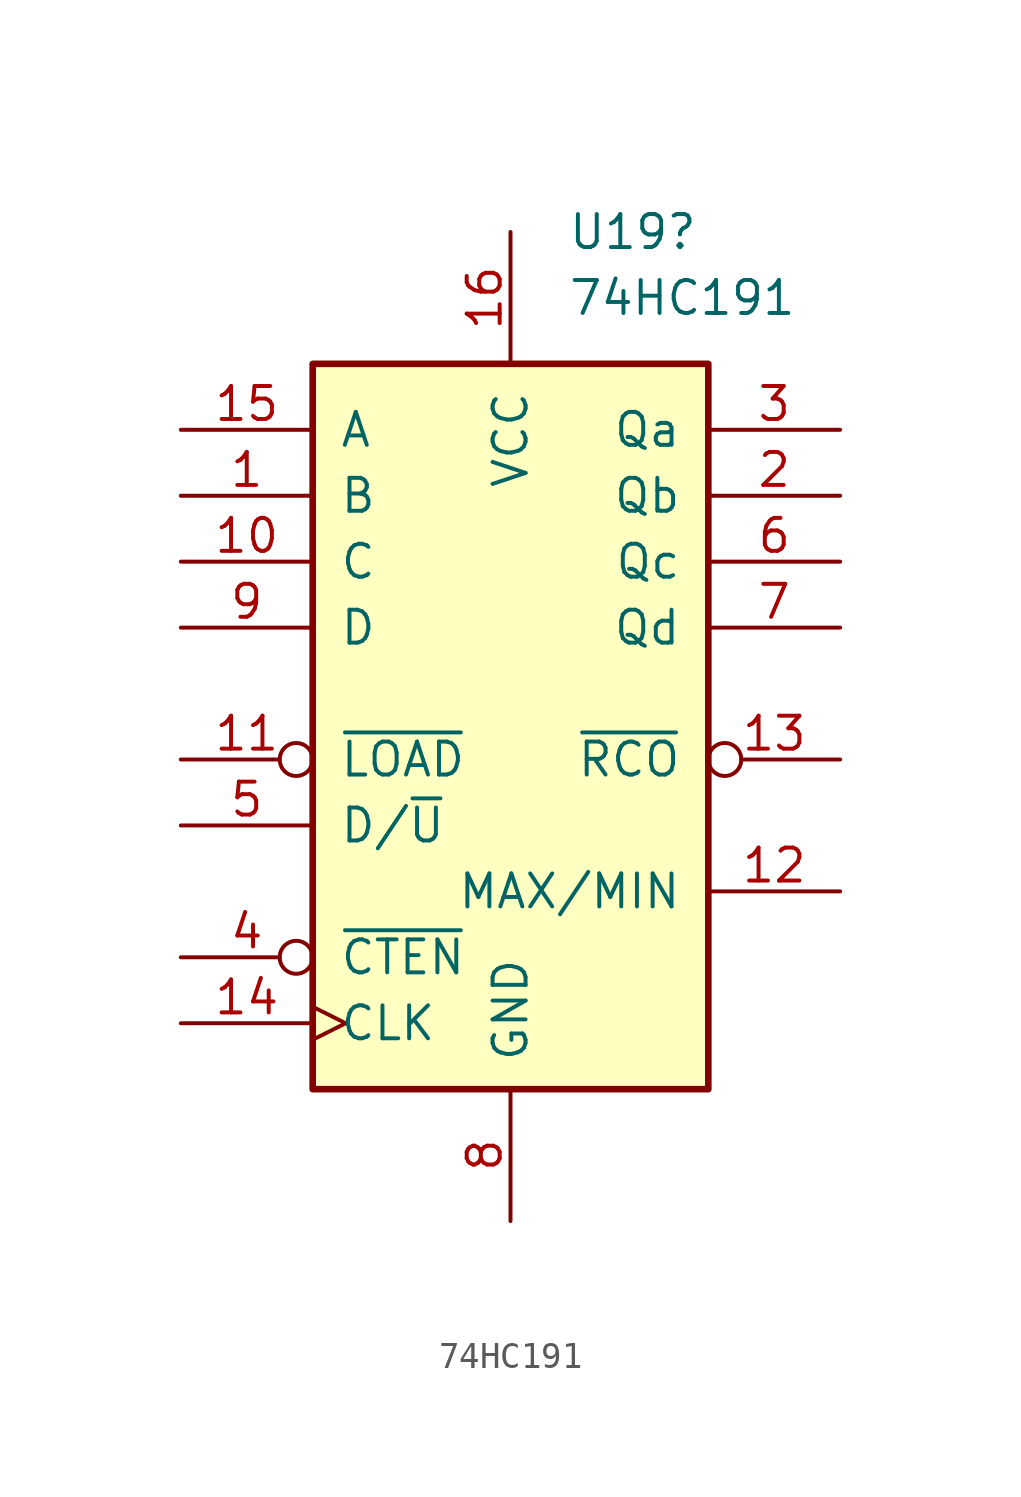
<source format=kicad_sym>
(kicad_symbol_lib
  (version 20231120)
  (generator "kicad_symbol_editor")
  (generator_version "8.0")
  (symbol "74HC191"
    (pin_names
      (offset 1.016))
    (property "Reference" "U19"
      (at 2.194 17.78 0)
      (effects (font (size 1.27 1.27)) (justify left)))
    (property "Value" "74HC191"
      (at 2.194 15.24 0)
      (effects (font (size 1.27 1.27)) (justify left)))
    (symbol "74HC191_1_0"
      (pin input line (at -12.7 7.62 0) (length 5.08) (name "B" (effects (font (size 1.27 1.27)))) (number "1" (effects (font (size 1.27 1.27)))))
      (pin input line (at -12.7 5.08 0) (length 5.08) (name "C" (effects (font (size 1.27 1.27)))) (number "10" (effects (font (size 1.27 1.27)))))
      (pin input inverted (at -12.7 -2.54 0) (length 5.08) (name "~{LOAD}" (effects (font (size 1.27 1.27)))) (number "11" (effects (font (size 1.27 1.27)))))
      (pin output line (at 12.7 -7.62 180) (length 5.08) (name "MAX/MIN" (effects (font (size 1.27 1.27)))) (number "12" (effects (font (size 1.27 1.27)))))
      (pin output inverted (at 12.7 -2.54 180) (length 5.08) (name "~{RCO}" (effects (font (size 1.27 1.27)))) (number "13" (effects (font (size 1.27 1.27)))))
      (pin input clock (at -12.7 -12.7 0) (length 5.08) (name "CLK" (effects (font (size 1.27 1.27)))) (number "14" (effects (font (size 1.27 1.27)))))
      (pin input line (at -12.7 10.16 0) (length 5.08) (name "A" (effects (font (size 1.27 1.27)))) (number "15" (effects (font (size 1.27 1.27)))))
      (pin power_in line (at 0 17.78 270) (length 5.08) (name "VCC" (effects (font (size 1.27 1.27)))) (number "16" (effects (font (size 1.27 1.27)))))
      (pin output line (at 12.7 7.62 180) (length 5.08) (name "Qb" (effects (font (size 1.27 1.27)))) (number "2" (effects (font (size 1.27 1.27)))))
      (pin output line (at 12.7 10.16 180) (length 5.08) (name "Qa" (effects (font (size 1.27 1.27)))) (number "3" (effects (font (size 1.27 1.27)))))
      (pin input inverted (at -12.7 -10.16 0) (length 5.08) (name "~{CTEN}" (effects (font (size 1.27 1.27)))) (number "4" (effects (font (size 1.27 1.27)))))
      (pin input line (at -12.7 -5.08 0) (length 5.08) (name "D/~{U}" (effects (font (size 1.27 1.27)))) (number "5" (effects (font (size 1.27 1.27)))))
      (pin output line (at 12.7 5.08 180) (length 5.08) (name "Qc" (effects (font (size 1.27 1.27)))) (number "6" (effects (font (size 1.27 1.27)))))
      (pin output line (at 12.7 2.54 180) (length 5.08) (name "Qd" (effects (font (size 1.27 1.27)))) (number "7" (effects (font (size 1.27 1.27)))))
      (pin power_in line (at 0 -20.32 90) (length 5.08) (name "GND" (effects (font (size 1.27 1.27)))) (number "8" (effects (font (size 1.27 1.27)))))
      (pin input line (at -12.7 2.54 0) (length 5.08) (name "D" (effects (font (size 1.27 1.27)))) (number "9" (effects (font (size 1.27 1.27))))))
    (symbol "74HC191_1_1"
      (rectangle (start -7.62 12.7) (end 7.62 -15.24) (stroke (width 0.254) (type default)) (fill (type background))))))
</source>
